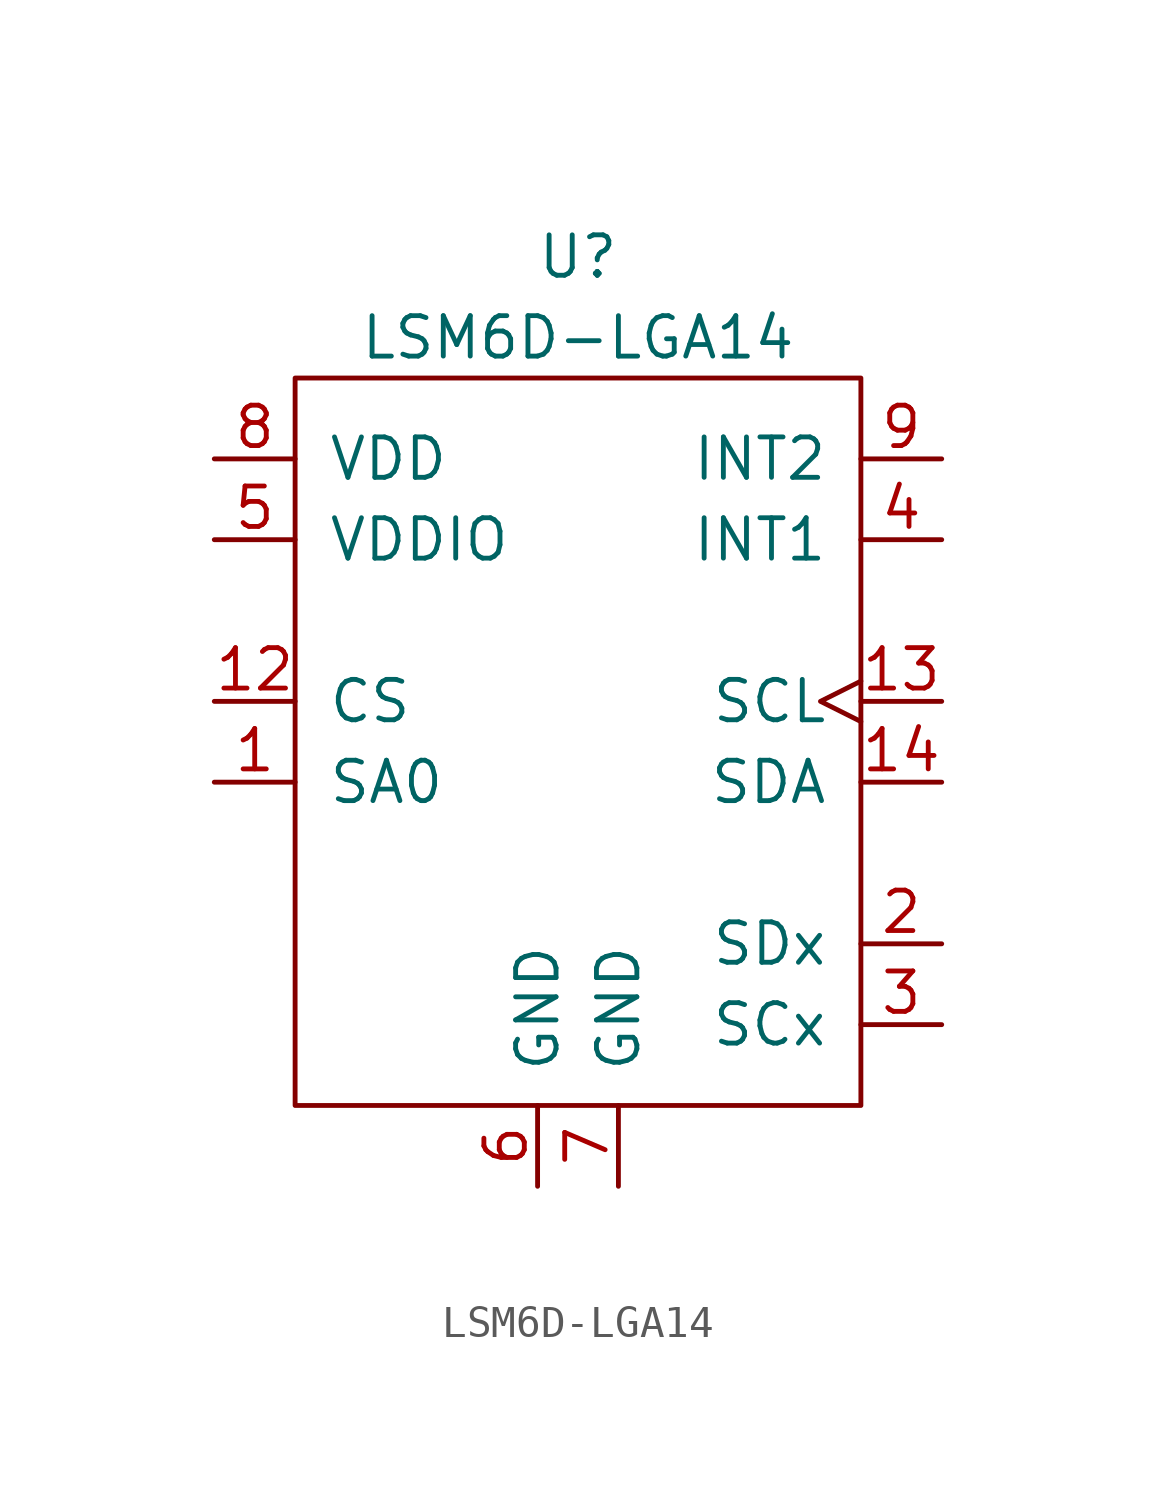
<source format=kicad_sym>
(kicad_symbol_lib
  (version 20211014)
  (generator kicad_symbol_editor)
  (symbol "LSM6D-LGA14"
    (pin_names
      (offset 1.016))
    (property "Reference" "U"
      (at 0 3.81 0)
      (effects (font (size 1.27 1.27))))
    (property "Value" "LSM6D-LGA14"
      (at 0 1.27 0)
      (effects (font (size 1.27 1.27))))
    (symbol "LSM6D-LGA14_0_1"
      (rectangle (start -8.89 0) (end 8.89 -22.86) (stroke (width 0) (type default) (color 0 0 0 0)) (fill (type none))))
    (symbol "LSM6D-LGA14_1_1"
      (pin input line (at -11.43 -12.7 0) (length 2.54) (name "SA0" (effects (font (size 1.27 1.27)))) (number "1" (effects (font (size 1.27 1.27)))))
      (pin input line (at -11.43 -10.16 0) (length 2.54) (name "CS" (effects (font (size 1.27 1.27)))) (number "12" (effects (font (size 1.27 1.27)))))
      (pin open_collector clock (at 11.43 -10.16 180) (length 2.54) (name "SCL" (effects (font (size 1.27 1.27)))) (number "13" (effects (font (size 1.27 1.27)))))
      (pin open_collector line (at 11.43 -12.7 180) (length 2.54) (name "SDA" (effects (font (size 1.27 1.27)))) (number "14" (effects (font (size 1.27 1.27)))))
      (pin open_collector line (at 11.43 -17.78 180) (length 2.54) (name "SDx" (effects (font (size 1.27 1.27)))) (number "2" (effects (font (size 1.27 1.27)))))
      (pin open_collector line (at 11.43 -20.32 180) (length 2.54) (name "SCx" (effects (font (size 1.27 1.27)))) (number "3" (effects (font (size 1.27 1.27)))))
      (pin output line (at 11.43 -5.08 180) (length 2.54) (name "INT1" (effects (font (size 1.27 1.27)))) (number "4" (effects (font (size 1.27 1.27)))))
      (pin power_in line (at -11.43 -5.08 0) (length 2.54) (name "VDDIO" (effects (font (size 1.27 1.27)))) (number "5" (effects (font (size 1.27 1.27)))))
      (pin power_in line (at -1.27 -25.4 90) (length 2.54) (name "GND" (effects (font (size 1.27 1.27)))) (number "6" (effects (font (size 1.27 1.27)))))
      (pin power_in line (at 1.27 -25.4 90) (length 2.54) (name "GND" (effects (font (size 1.27 1.27)))) (number "7" (effects (font (size 1.27 1.27)))))
      (pin power_in line (at -11.43 -2.54 0) (length 2.54) (name "VDD" (effects (font (size 1.27 1.27)))) (number "8" (effects (font (size 1.27 1.27)))))
      (pin output line (at 11.43 -2.54 180) (length 2.54) (name "INT2" (effects (font (size 1.27 1.27)))) (number "9" (effects (font (size 1.27 1.27))))))))
</source>
